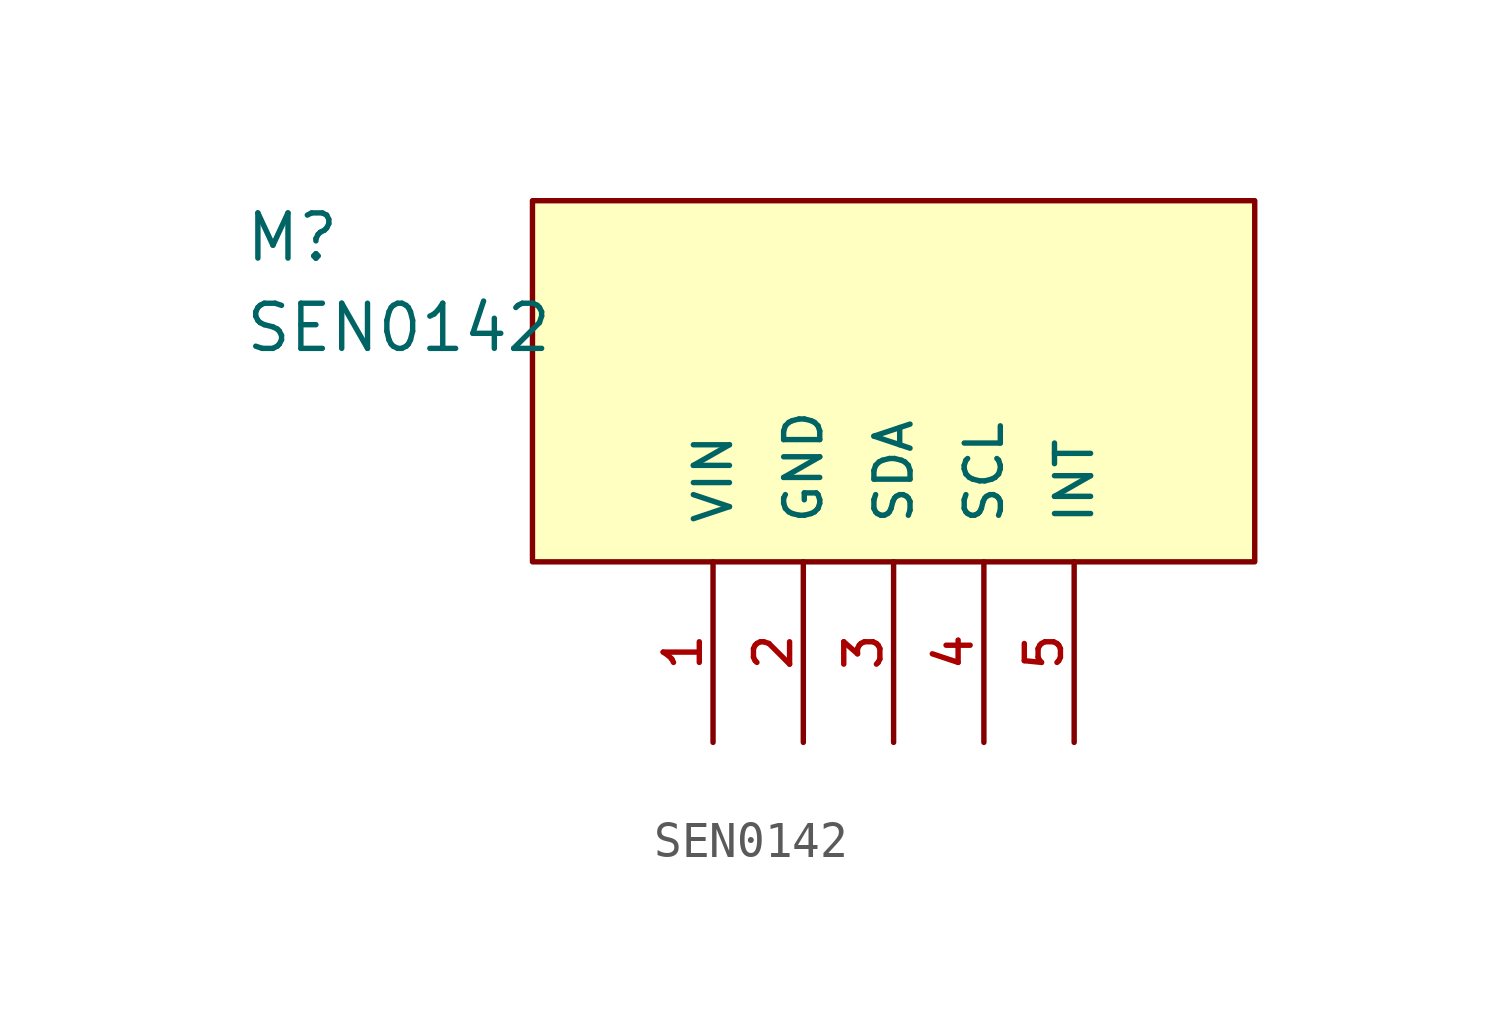
<source format=kicad_sym>
(kicad_symbol_lib
  (version 20231120)
  (generator "kicad_symbol_editor")
  (generator_version "8.0")
  (symbol "SEN0142"
    (pin_names
      (offset 1.016))
    (property "Reference" "M"
      (at -18.288 5.842 0)
      (effects (font (size 1.27 1.27)) (justify left bottom)))
    (property "Value" "SEN0142"
      (at -18.288 3.302 0)
      (effects (font (size 1.27 1.27)) (justify left bottom)))
    (symbol "SEN0142_0_0"
      (rectangle (start -10.16 -2.54) (end 10.16 7.62) (stroke (width 0.152) (type default)) (fill (type background)))
      (pin bidirectional line (at -5.08 -7.62 90) (length 5.08) (name "VIN" (effects (font (size 1.016 1.016)))) (number "1" (effects (font (size 1.016 1.016)))))
      (pin bidirectional line (at -2.54 -7.62 90) (length 5.08) (name "GND" (effects (font (size 1.016 1.016)))) (number "2" (effects (font (size 1.016 1.016)))))
      (pin bidirectional line (at 0 -7.62 90) (length 5.08) (name "SDA" (effects (font (size 1.016 1.016)))) (number "3" (effects (font (size 1.016 1.016)))))
      (pin bidirectional line (at 2.54 -7.62 90) (length 5.08) (name "SCL" (effects (font (size 1.016 1.016)))) (number "4" (effects (font (size 1.016 1.016)))))
      (pin bidirectional line (at 5.08 -7.62 90) (length 5.08) (name "INT" (effects (font (size 1.016 1.016)))) (number "5" (effects (font (size 1.016 1.016))))))))
</source>
